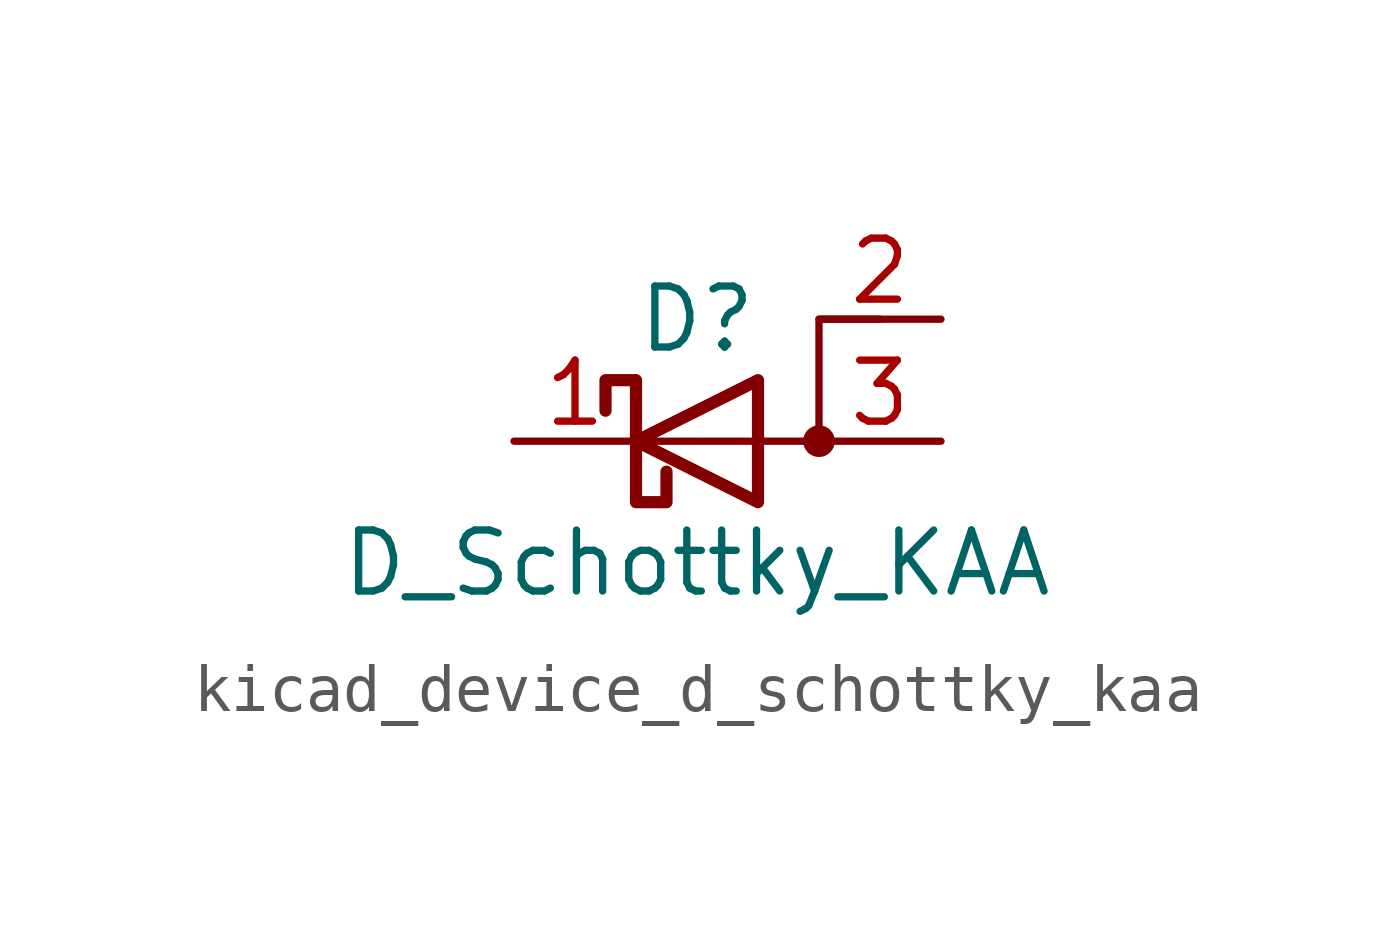
<source format=kicad_sym>
(kicad_symbol_lib
  (version 20220914)
  (generator kicad_symbol_editor)
  (symbol "kicad_device_d_schottky_kaa"
    (pin_names
      (offset 0) hide)
    (property "Reference" "D"
      (at 0 2.54 0)
      (effects (font (size 1.27 1.27))))
    (property "Value" "D_Schottky_KAA"
      (at 0 -2.54 0)
      (effects (font (size 1.27 1.27))))
    (symbol "kicad_device_d_schottky_kaa_0_1"
      (polyline (pts (xy 1.27 1.27) (xy 1.27 -1.27) (xy -1.27 0) (xy 1.27 1.27)) (stroke (width 0.254) (type default)) (fill (type none)))
      (polyline (pts (xy 3.81 2.54) (xy 2.54 2.54) (xy 2.54 0) (xy -1.27 0)) (stroke (width 0) (type default)) (fill (type none)))
      (polyline (pts (xy -1.905 0.635) (xy -1.905 1.27) (xy -1.27 1.27) (xy -1.27 -1.27) (xy -0.635 -1.27) (xy -0.635 -0.635)) (stroke (width 0.254) (type default)) (fill (type none)))
      (circle (center 2.54 0) (radius 0.254) (stroke (width 0) (type default)) (fill (type outline))))
    (symbol "kicad_device_d_schottky_kaa_1_1"
      (pin passive line (at -3.81 0 0) (length 2.54) (name "K" (effects (font (size 1.27 1.27)))) (number "1" (effects (font (size 1.27 1.27)))))
      (pin input line (at 5.08 2.54 180) (length 2.54) (name "A" (effects (font (size 1.27 1.27)))) (number "2" (effects (font (size 1.27 1.27)))))
      (pin passive line (at 5.08 0 180) (length 2.54) (name "A" (effects (font (size 1.27 1.27)))) (number "3" (effects (font (size 1.27 1.27))))))))
</source>
